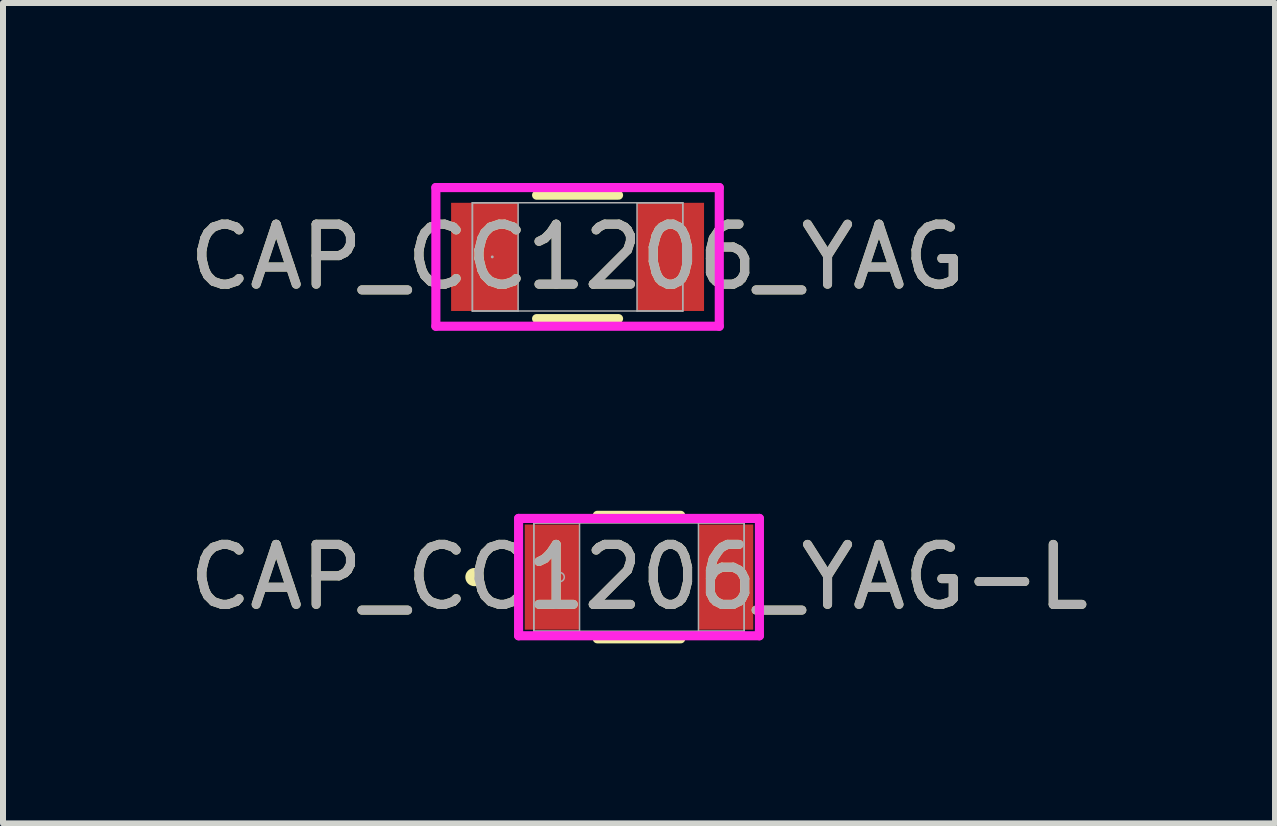
<source format=kicad_pcb>
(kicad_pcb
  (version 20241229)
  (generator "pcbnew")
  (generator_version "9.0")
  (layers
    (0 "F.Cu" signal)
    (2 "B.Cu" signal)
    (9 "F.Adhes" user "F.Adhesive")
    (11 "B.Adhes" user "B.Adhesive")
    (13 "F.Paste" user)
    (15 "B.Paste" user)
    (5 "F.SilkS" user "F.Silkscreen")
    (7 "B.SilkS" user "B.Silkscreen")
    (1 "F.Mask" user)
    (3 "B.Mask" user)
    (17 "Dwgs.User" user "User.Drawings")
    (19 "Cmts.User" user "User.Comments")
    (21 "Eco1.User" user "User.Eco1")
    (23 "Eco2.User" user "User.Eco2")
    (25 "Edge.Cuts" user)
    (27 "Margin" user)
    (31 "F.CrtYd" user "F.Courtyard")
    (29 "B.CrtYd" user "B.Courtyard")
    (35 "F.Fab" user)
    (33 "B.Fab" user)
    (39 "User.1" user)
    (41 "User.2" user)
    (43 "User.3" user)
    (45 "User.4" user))
  (footprint "CAP_CC1206_YAG"
    (layer "F.Cu")
    (at 6.577 1.232)
    (property "Reference" "CAP_CC1206_YAG" (at 0 0 0) (unlocked yes) (layer "F.SilkS") (effects (font (size 1 1) (thickness 0.15))))
    (attr smd)
    (fp_line (start -0.683 1.029) (end 0.683 1.029) (stroke (width 0.152) (type solid)) (layer "F.SilkS"))
    (fp_line (start 0.683 -1.029) (end -0.683 -1.029) (stroke (width 0.152) (type solid)) (layer "F.SilkS"))
    (fp_line (start -2.362 -1.156) (end 2.362 -1.156) (stroke (width 0.152) (type solid)) (layer "F.CrtYd"))
    (fp_line (start -2.362 1.156) (end -2.362 -1.156) (stroke (width 0.152) (type solid)) (layer "F.CrtYd"))
    (fp_line (start 2.362 -1.156) (end 2.362 1.156) (stroke (width 0.152) (type solid)) (layer "F.CrtYd"))
    (fp_line (start 2.362 1.156) (end -2.362 1.156) (stroke (width 0.152) (type solid)) (layer "F.CrtYd"))
    (fp_line (start -1.753 -0.902) (end -1.753 0.902) (stroke (width 0.025) (type solid)) (layer "F.Fab"))
    (fp_line (start -1.753 -0.902) (end -1.753 0.902) (stroke (width 0.025) (type solid)) (layer "F.Fab"))
    (fp_line (start -1.753 0.902) (end -0.991 0.902) (stroke (width 0.025) (type solid)) (layer "F.Fab"))
    (fp_line (start -1.753 0.902) (end 1.753 0.902) (stroke (width 0.025) (type solid)) (layer "F.Fab"))
    (fp_line (start -0.991 -0.902) (end -1.753 -0.902) (stroke (width 0.025) (type solid)) (layer "F.Fab"))
    (fp_line (start -0.991 0.902) (end -0.991 -0.902) (stroke (width 0.025) (type solid)) (layer "F.Fab"))
    (fp_line (start 0.991 -0.902) (end 0.991 0.902) (stroke (width 0.025) (type solid)) (layer "F.Fab"))
    (fp_line (start 0.991 0.902) (end 1.753 0.902) (stroke (width 0.025) (type solid)) (layer "F.Fab"))
    (fp_line (start 1.753 -0.902) (end -1.753 -0.902) (stroke (width 0.025) (type solid)) (layer "F.Fab"))
    (fp_line (start 1.753 -0.902) (end 0.991 -0.902) (stroke (width 0.025) (type solid)) (layer "F.Fab"))
    (fp_line (start 1.753 0.902) (end 1.753 -0.902) (stroke (width 0.025) (type solid)) (layer "F.Fab"))
    (fp_line (start 1.753 0.902) (end 1.753 -0.902) (stroke (width 0.025) (type solid)) (layer "F.Fab"))
    (fp_circle (center -1.422 0) (end -1.422 0) (stroke (width 0.025) (type solid)) (fill no) (layer "F.Fab"))
    (fp_text user "${REFERENCE}" (at 0 0 0) (unlocked yes) (layer "F.Fab") (effects (font (size 1 1) (thickness 0.15))))
    (pad "1" smd rect (at -1.549 0) (size 1.118 1.803) (layers "F.Cu" "F.Mask" "F.Paste"))
    (pad "2" smd rect (at 1.549 0) (size 1.118 1.803) (layers "F.Cu" "F.Mask" "F.Paste"))
    (zone (net_name "") (layer "F.Cu") (hatch full 0.508) (connect_pads) (min_thickness 0.254) (filled_areas_thickness no) (keepout (tracks not_allowed) (vias not_allowed) (pads allowed) (copperpour not_allowed) (footprints allowed)) (placement (enabled no)) (fill) (polygon (pts (xy 5.638 0.381) (xy 7.517 0.381) (xy 7.517 2.083) (xy 5.638 2.083)))))
  (footprint "CAP_CC1206_YAG-L"
    (layer "F.Cu")
    (at 7.601 6.569)
    (property "Reference" "CAP_CC1206_YAG-L" (at 0 0 0) (unlocked yes) (layer "F.SilkS") (effects (font (size 1 1) (thickness 0.15))))
    (attr smd)
    (fp_line (start -0.695 1.029) (end 0.695 1.029) (stroke (width 0.152) (type solid)) (layer "F.SilkS"))
    (fp_line (start 0.695 -1.029) (end -0.695 -1.029) (stroke (width 0.152) (type solid)) (layer "F.SilkS"))
    (fp_circle (center -2.743 0) (end -2.667 0) (stroke (width 0.152) (type solid)) (fill no) (layer "F.SilkS"))
    (fp_line (start -2.007 -0.978) (end 2.007 -0.978) (stroke (width 0.152) (type solid)) (layer "F.CrtYd"))
    (fp_line (start -2.007 0.978) (end -2.007 -0.978) (stroke (width 0.152) (type solid)) (layer "F.CrtYd"))
    (fp_line (start 2.007 -0.978) (end 2.007 0.978) (stroke (width 0.152) (type solid)) (layer "F.CrtYd"))
    (fp_line (start 2.007 0.978) (end -2.007 0.978) (stroke (width 0.152) (type solid)) (layer "F.CrtYd"))
    (fp_line (start -1.753 -0.902) (end -1.753 0.902) (stroke (width 0.025) (type solid)) (layer "F.Fab"))
    (fp_line (start -1.753 -0.902) (end -1.753 0.902) (stroke (width 0.025) (type solid)) (layer "F.Fab"))
    (fp_line (start -1.753 0.902) (end -0.991 0.902) (stroke (width 0.025) (type solid)) (layer "F.Fab"))
    (fp_line (start -1.753 0.902) (end 1.753 0.902) (stroke (width 0.025) (type solid)) (layer "F.Fab"))
    (fp_line (start -0.991 -0.902) (end -1.753 -0.902) (stroke (width 0.025) (type solid)) (layer "F.Fab"))
    (fp_line (start -0.991 0.902) (end -0.991 -0.902) (stroke (width 0.025) (type solid)) (layer "F.Fab"))
    (fp_line (start 0.991 -0.902) (end 0.991 0.902) (stroke (width 0.025) (type solid)) (layer "F.Fab"))
    (fp_line (start 0.991 0.902) (end 1.753 0.902) (stroke (width 0.025) (type solid)) (layer "F.Fab"))
    (fp_line (start 1.753 -0.902) (end -1.753 -0.902) (stroke (width 0.025) (type solid)) (layer "F.Fab"))
    (fp_line (start 1.753 -0.902) (end 0.991 -0.902) (stroke (width 0.025) (type solid)) (layer "F.Fab"))
    (fp_line (start 1.753 0.902) (end 1.753 -0.902) (stroke (width 0.025) (type solid)) (layer "F.Fab"))
    (fp_line (start 1.753 0.902) (end 1.753 -0.902) (stroke (width 0.025) (type solid)) (layer "F.Fab"))
    (fp_circle (center -1.321 0) (end -1.245 0) (stroke (width 0.025) (type solid)) (fill no) (layer "F.Fab"))
    (fp_text user "${REFERENCE}" (at 0 0 0) (unlocked yes) (layer "F.Fab") (effects (font (size 1 1) (thickness 0.15))))
    (pad "1" smd rect (at -1.448 0) (size 0.914 1.753) (layers "F.Cu" "F.Mask" "F.Paste"))
    (pad "2" smd rect (at 1.448 0) (size 0.914 1.753) (layers "F.Cu" "F.Mask" "F.Paste"))
    (zone (net_name "") (layer "F.Cu") (hatch full 0.508) (connect_pads) (min_thickness 0.254) (filled_areas_thickness no) (keepout (tracks not_allowed) (vias not_allowed) (pads allowed) (copperpour not_allowed) (footprints allowed)) (placement (enabled no)) (fill) (polygon (pts (xy 6.661 5.718) (xy 8.541 5.718) (xy 8.541 7.42) (xy 6.661 7.42)))))
  (gr_rect
    (start -3 -3)
    (end 18.202 10.674)
    (stroke (width 0.1) (type default))
    (fill no)
    (layer "Edge.Cuts")))
</source>
